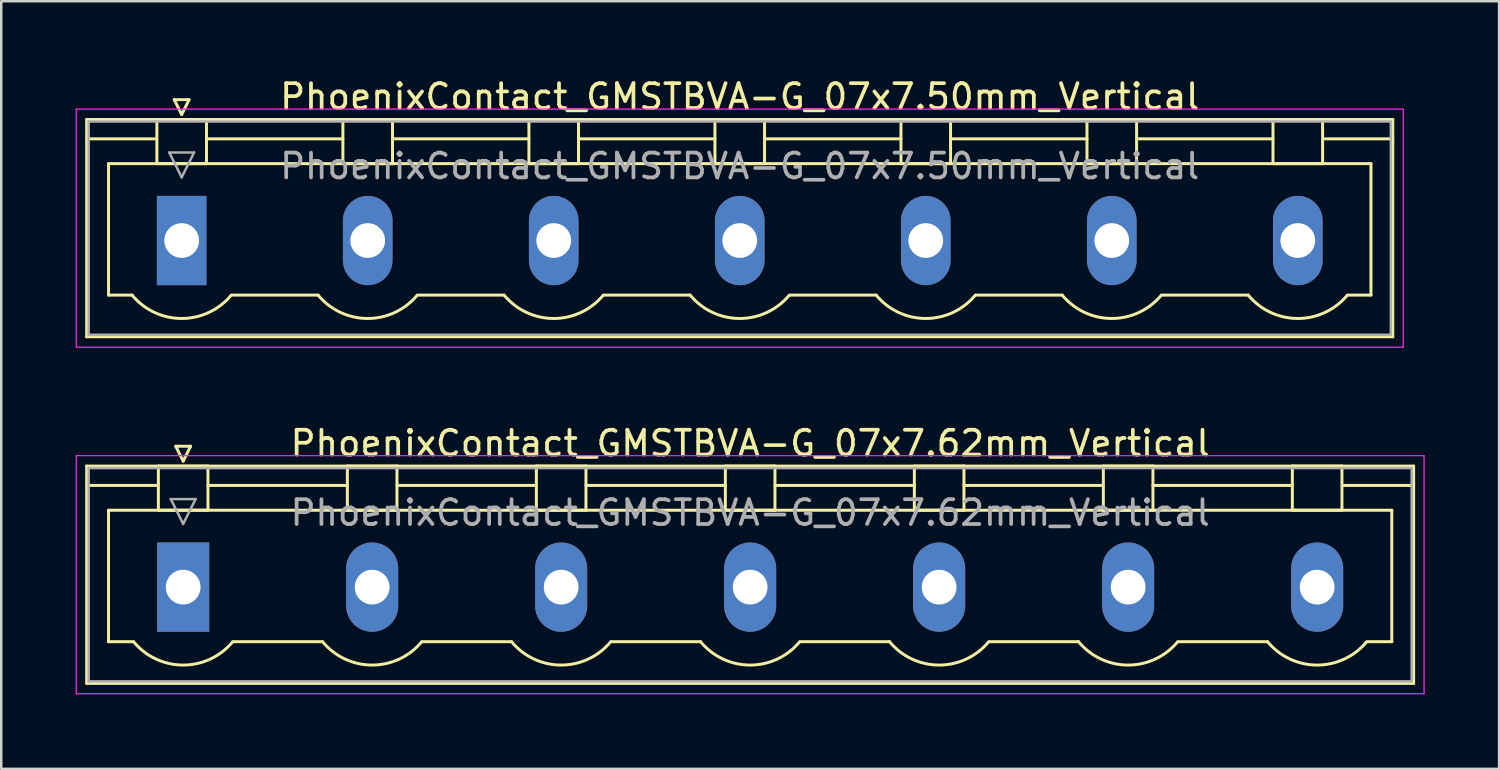
<source format=kicad_pcb>
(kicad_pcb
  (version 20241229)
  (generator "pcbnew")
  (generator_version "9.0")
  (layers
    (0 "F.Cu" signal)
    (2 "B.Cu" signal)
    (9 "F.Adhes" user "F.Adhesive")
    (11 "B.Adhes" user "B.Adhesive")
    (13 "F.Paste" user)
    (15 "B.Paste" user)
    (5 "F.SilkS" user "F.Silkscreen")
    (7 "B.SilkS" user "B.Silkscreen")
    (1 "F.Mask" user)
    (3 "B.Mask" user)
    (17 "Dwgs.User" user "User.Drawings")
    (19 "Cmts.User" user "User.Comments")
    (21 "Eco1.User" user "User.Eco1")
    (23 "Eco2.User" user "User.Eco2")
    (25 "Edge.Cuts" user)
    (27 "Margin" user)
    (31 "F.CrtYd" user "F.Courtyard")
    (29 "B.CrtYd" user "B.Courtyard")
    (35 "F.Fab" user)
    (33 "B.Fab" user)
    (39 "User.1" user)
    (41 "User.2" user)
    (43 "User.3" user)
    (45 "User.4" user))
  (footprint "PhoenixContact_GMSTBVA-G_07x7.50mm_Vertical"
    (layer "F.Cu")
    (at 4.275 6.648)
    (property "Reference" "PhoenixContact_GMSTBVA-G_07x7.50mm_Vertical" (at 22.5 -5.8 0) (layer "F.SilkS") (effects (font (size 1 1) (thickness 0.15))))
    (attr through_hole)
    (fp_line (start -3.83 -4.88) (end -3.83 3.88) (stroke (width 0.12) (type solid)) (layer "F.SilkS"))
    (fp_line (start -3.83 -4.1) (end -1.08 -4.1) (stroke (width 0.12) (type solid)) (layer "F.SilkS"))
    (fp_line (start -3.83 3.88) (end 48.83 3.88) (stroke (width 0.12) (type solid)) (layer "F.SilkS"))
    (fp_line (start -2.95 -3.1) (end 47.95 -3.1) (stroke (width 0.12) (type solid)) (layer "F.SilkS"))
    (fp_line (start -2.95 2.2) (end -2.95 -3.1) (stroke (width 0.12) (type solid)) (layer "F.SilkS"))
    (fp_line (start -2 2.2) (end -2.95 2.2) (stroke (width 0.12) (type solid)) (layer "F.SilkS"))
    (fp_line (start -1 -4.88) (end 1 -4.88) (stroke (width 0.12) (type solid)) (layer "F.SilkS"))
    (fp_line (start -1 -3.1) (end -1 -4.88) (stroke (width 0.12) (type solid)) (layer "F.SilkS"))
    (fp_line (start -0.3 -5.68) (end 0.3 -5.68) (stroke (width 0.12) (type solid)) (layer "F.SilkS"))
    (fp_line (start 0 -5.08) (end -0.3 -5.68) (stroke (width 0.12) (type solid)) (layer "F.SilkS"))
    (fp_line (start 0.3 -5.68) (end 0 -5.08) (stroke (width 0.12) (type solid)) (layer "F.SilkS"))
    (fp_line (start 1 -4.88) (end 1 -3.1) (stroke (width 0.12) (type solid)) (layer "F.SilkS"))
    (fp_line (start 1 -4.1) (end 6.5 -4.1) (stroke (width 0.12) (type solid)) (layer "F.SilkS"))
    (fp_line (start 1 -3.1) (end -1 -3.1) (stroke (width 0.12) (type solid)) (layer "F.SilkS"))
    (fp_line (start 2 2.2) (end 5.5 2.2) (stroke (width 0.12) (type solid)) (layer "F.SilkS"))
    (fp_line (start 6.5 -4.88) (end 8.5 -4.88) (stroke (width 0.12) (type solid)) (layer "F.SilkS"))
    (fp_line (start 6.5 -3.1) (end 6.5 -4.88) (stroke (width 0.12) (type solid)) (layer "F.SilkS"))
    (fp_line (start 8.5 -4.88) (end 8.5 -3.1) (stroke (width 0.12) (type solid)) (layer "F.SilkS"))
    (fp_line (start 8.5 -4.1) (end 14 -4.1) (stroke (width 0.12) (type solid)) (layer "F.SilkS"))
    (fp_line (start 8.5 -3.1) (end 6.5 -3.1) (stroke (width 0.12) (type solid)) (layer "F.SilkS"))
    (fp_line (start 9.5 2.2) (end 13 2.2) (stroke (width 0.12) (type solid)) (layer "F.SilkS"))
    (fp_line (start 14 -4.88) (end 16 -4.88) (stroke (width 0.12) (type solid)) (layer "F.SilkS"))
    (fp_line (start 14 -3.1) (end 14 -4.88) (stroke (width 0.12) (type solid)) (layer "F.SilkS"))
    (fp_line (start 16 -4.88) (end 16 -3.1) (stroke (width 0.12) (type solid)) (layer "F.SilkS"))
    (fp_line (start 16 -4.1) (end 21.5 -4.1) (stroke (width 0.12) (type solid)) (layer "F.SilkS"))
    (fp_line (start 16 -3.1) (end 14 -3.1) (stroke (width 0.12) (type solid)) (layer "F.SilkS"))
    (fp_line (start 17 2.2) (end 20.5 2.2) (stroke (width 0.12) (type solid)) (layer "F.SilkS"))
    (fp_line (start 21.5 -4.88) (end 23.5 -4.88) (stroke (width 0.12) (type solid)) (layer "F.SilkS"))
    (fp_line (start 21.5 -3.1) (end 21.5 -4.88) (stroke (width 0.12) (type solid)) (layer "F.SilkS"))
    (fp_line (start 23.5 -4.88) (end 23.5 -3.1) (stroke (width 0.12) (type solid)) (layer "F.SilkS"))
    (fp_line (start 23.5 -4.1) (end 29 -4.1) (stroke (width 0.12) (type solid)) (layer "F.SilkS"))
    (fp_line (start 23.5 -3.1) (end 21.5 -3.1) (stroke (width 0.12) (type solid)) (layer "F.SilkS"))
    (fp_line (start 24.5 2.2) (end 28 2.2) (stroke (width 0.12) (type solid)) (layer "F.SilkS"))
    (fp_line (start 29 -4.88) (end 31 -4.88) (stroke (width 0.12) (type solid)) (layer "F.SilkS"))
    (fp_line (start 29 -3.1) (end 29 -4.88) (stroke (width 0.12) (type solid)) (layer "F.SilkS"))
    (fp_line (start 31 -4.88) (end 31 -3.1) (stroke (width 0.12) (type solid)) (layer "F.SilkS"))
    (fp_line (start 31 -4.1) (end 36.5 -4.1) (stroke (width 0.12) (type solid)) (layer "F.SilkS"))
    (fp_line (start 31 -3.1) (end 29 -3.1) (stroke (width 0.12) (type solid)) (layer "F.SilkS"))
    (fp_line (start 32 2.2) (end 35.5 2.2) (stroke (width 0.12) (type solid)) (layer "F.SilkS"))
    (fp_line (start 36.5 -4.88) (end 38.5 -4.88) (stroke (width 0.12) (type solid)) (layer "F.SilkS"))
    (fp_line (start 36.5 -3.1) (end 36.5 -4.88) (stroke (width 0.12) (type solid)) (layer "F.SilkS"))
    (fp_line (start 38.5 -4.88) (end 38.5 -3.1) (stroke (width 0.12) (type solid)) (layer "F.SilkS"))
    (fp_line (start 38.5 -4.1) (end 44 -4.1) (stroke (width 0.12) (type solid)) (layer "F.SilkS"))
    (fp_line (start 38.5 -3.1) (end 36.5 -3.1) (stroke (width 0.12) (type solid)) (layer "F.SilkS"))
    (fp_line (start 39.5 2.2) (end 43 2.2) (stroke (width 0.12) (type solid)) (layer "F.SilkS"))
    (fp_line (start 44 -4.88) (end 46 -4.88) (stroke (width 0.12) (type solid)) (layer "F.SilkS"))
    (fp_line (start 44 -3.1) (end 44 -4.88) (stroke (width 0.12) (type solid)) (layer "F.SilkS"))
    (fp_line (start 46 -4.88) (end 46 -3.1) (stroke (width 0.12) (type solid)) (layer "F.SilkS"))
    (fp_line (start 46 -3.1) (end 44 -3.1) (stroke (width 0.12) (type solid)) (layer "F.SilkS"))
    (fp_line (start 47.95 -3.1) (end 47.95 2.2) (stroke (width 0.12) (type solid)) (layer "F.SilkS"))
    (fp_line (start 47.95 2.2) (end 47 2.2) (stroke (width 0.12) (type solid)) (layer "F.SilkS"))
    (fp_line (start 48.83 -4.88) (end -3.83 -4.88) (stroke (width 0.12) (type solid)) (layer "F.SilkS"))
    (fp_line (start 48.83 -4.1) (end 46.08 -4.1) (stroke (width 0.12) (type solid)) (layer "F.SilkS"))
    (fp_line (start 48.83 3.88) (end 48.83 -4.88) (stroke (width 0.12) (type solid)) (layer "F.SilkS"))
    (fp_arc (start 1.986842 2.215821) (mid -0.010289 3.142758) (end -2 2.2) (stroke (width 0.12) (type solid)) (layer "F.SilkS"))
    (fp_arc (start 9.486842 2.215821) (mid 7.489711 3.142758) (end 5.5 2.2) (stroke (width 0.12) (type solid)) (layer "F.SilkS"))
    (fp_arc (start 16.986842 2.215821) (mid 14.989711 3.142758) (end 13 2.2) (stroke (width 0.12) (type solid)) (layer "F.SilkS"))
    (fp_arc (start 24.486842 2.215821) (mid 22.489711 3.142758) (end 20.5 2.2) (stroke (width 0.12) (type solid)) (layer "F.SilkS"))
    (fp_arc (start 31.986842 2.215821) (mid 29.989711 3.142758) (end 28 2.2) (stroke (width 0.12) (type solid)) (layer "F.SilkS"))
    (fp_arc (start 39.486842 2.215821) (mid 37.489711 3.142758) (end 35.5 2.2) (stroke (width 0.12) (type solid)) (layer "F.SilkS"))
    (fp_arc (start 46.986842 2.215821) (mid 44.989711 3.142758) (end 43 2.2) (stroke (width 0.12) (type solid)) (layer "F.SilkS"))
    (fp_line (start -4.25 -5.3) (end -4.25 4.3) (stroke (width 0.05) (type solid)) (layer "F.CrtYd"))
    (fp_line (start -4.25 4.3) (end 49.25 4.3) (stroke (width 0.05) (type solid)) (layer "F.CrtYd"))
    (fp_line (start 49.25 -5.3) (end -4.25 -5.3) (stroke (width 0.05) (type solid)) (layer "F.CrtYd"))
    (fp_line (start 49.25 4.3) (end 49.25 -5.3) (stroke (width 0.05) (type solid)) (layer "F.CrtYd"))
    (fp_line (start -3.75 -4.8) (end -3.75 3.8) (stroke (width 0.1) (type solid)) (layer "F.Fab"))
    (fp_line (start -3.75 3.8) (end 48.75 3.8) (stroke (width 0.1) (type solid)) (layer "F.Fab"))
    (fp_line (start -0.5 -3.55) (end 0.5 -3.55) (stroke (width 0.1) (type solid)) (layer "F.Fab"))
    (fp_line (start 0 -2.55) (end -0.5 -3.55) (stroke (width 0.1) (type solid)) (layer "F.Fab"))
    (fp_line (start 0.5 -3.55) (end 0 -2.55) (stroke (width 0.1) (type solid)) (layer "F.Fab"))
    (fp_line (start 48.75 -4.8) (end -3.75 -4.8) (stroke (width 0.1) (type solid)) (layer "F.Fab"))
    (fp_line (start 48.75 3.8) (end 48.75 -4.8) (stroke (width 0.1) (type solid)) (layer "F.Fab"))
    (fp_text user "${REFERENCE}" (at 22.5 -3 0) (layer "F.Fab") (effects (font (size 1 1) (thickness 0.15))))
    (pad "1" thru_hole rect (at 0 0) (size 2 3.6) (drill 1.4) (layers "*.Cu" "*.Mask"))
    (pad "2" thru_hole oval (at 7.5 0) (size 2 3.6) (drill 1.4) (layers "*.Cu" "*.Mask"))
    (pad "3" thru_hole oval (at 15 0) (size 2 3.6) (drill 1.4) (layers "*.Cu" "*.Mask"))
    (pad "4" thru_hole oval (at 22.5 0) (size 2 3.6) (drill 1.4) (layers "*.Cu" "*.Mask"))
    (pad "5" thru_hole oval (at 30 0) (size 2 3.6) (drill 1.4) (layers "*.Cu" "*.Mask"))
    (pad "6" thru_hole oval (at 37.5 0) (size 2 3.6) (drill 1.4) (layers "*.Cu" "*.Mask"))
    (pad "7" thru_hole oval (at 45 0) (size 2 3.6) (drill 1.4) (layers "*.Cu" "*.Mask")))
  (footprint "PhoenixContact_GMSTBVA-G_07x7.62mm_Vertical"
    (layer "F.Cu")
    (at 4.335 20.622)
    (property "Reference" "PhoenixContact_GMSTBVA-G_07x7.62mm_Vertical" (at 22.86 -5.8 0) (layer "F.SilkS") (effects (font (size 1 1) (thickness 0.15))))
    (attr through_hole)
    (fp_line (start -3.89 -4.88) (end -3.89 3.88) (stroke (width 0.12) (type solid)) (layer "F.SilkS"))
    (fp_line (start -3.89 -4.1) (end -1.08 -4.1) (stroke (width 0.12) (type solid)) (layer "F.SilkS"))
    (fp_line (start -3.89 3.88) (end 49.61 3.88) (stroke (width 0.12) (type solid)) (layer "F.SilkS"))
    (fp_line (start -3.01 -3.1) (end 48.73 -3.1) (stroke (width 0.12) (type solid)) (layer "F.SilkS"))
    (fp_line (start -3.01 2.2) (end -3.01 -3.1) (stroke (width 0.12) (type solid)) (layer "F.SilkS"))
    (fp_line (start -2 2.2) (end -3.01 2.2) (stroke (width 0.12) (type solid)) (layer "F.SilkS"))
    (fp_line (start -1 -4.88) (end 1 -4.88) (stroke (width 0.12) (type solid)) (layer "F.SilkS"))
    (fp_line (start -1 -3.1) (end -1 -4.88) (stroke (width 0.12) (type solid)) (layer "F.SilkS"))
    (fp_line (start -0.3 -5.68) (end 0.3 -5.68) (stroke (width 0.12) (type solid)) (layer "F.SilkS"))
    (fp_line (start 0 -5.08) (end -0.3 -5.68) (stroke (width 0.12) (type solid)) (layer "F.SilkS"))
    (fp_line (start 0.3 -5.68) (end 0 -5.08) (stroke (width 0.12) (type solid)) (layer "F.SilkS"))
    (fp_line (start 1 -4.88) (end 1 -3.1) (stroke (width 0.12) (type solid)) (layer "F.SilkS"))
    (fp_line (start 1 -4.1) (end 6.62 -4.1) (stroke (width 0.12) (type solid)) (layer "F.SilkS"))
    (fp_line (start 1 -3.1) (end -1 -3.1) (stroke (width 0.12) (type solid)) (layer "F.SilkS"))
    (fp_line (start 2 2.2) (end 5.62 2.2) (stroke (width 0.12) (type solid)) (layer "F.SilkS"))
    (fp_line (start 6.62 -4.88) (end 8.62 -4.88) (stroke (width 0.12) (type solid)) (layer "F.SilkS"))
    (fp_line (start 6.62 -3.1) (end 6.62 -4.88) (stroke (width 0.12) (type solid)) (layer "F.SilkS"))
    (fp_line (start 8.62 -4.88) (end 8.62 -3.1) (stroke (width 0.12) (type solid)) (layer "F.SilkS"))
    (fp_line (start 8.62 -4.1) (end 14.24 -4.1) (stroke (width 0.12) (type solid)) (layer "F.SilkS"))
    (fp_line (start 8.62 -3.1) (end 6.62 -3.1) (stroke (width 0.12) (type solid)) (layer "F.SilkS"))
    (fp_line (start 9.62 2.2) (end 13.24 2.2) (stroke (width 0.12) (type solid)) (layer "F.SilkS"))
    (fp_line (start 14.24 -4.88) (end 16.24 -4.88) (stroke (width 0.12) (type solid)) (layer "F.SilkS"))
    (fp_line (start 14.24 -3.1) (end 14.24 -4.88) (stroke (width 0.12) (type solid)) (layer "F.SilkS"))
    (fp_line (start 16.24 -4.88) (end 16.24 -3.1) (stroke (width 0.12) (type solid)) (layer "F.SilkS"))
    (fp_line (start 16.24 -4.1) (end 21.86 -4.1) (stroke (width 0.12) (type solid)) (layer "F.SilkS"))
    (fp_line (start 16.24 -3.1) (end 14.24 -3.1) (stroke (width 0.12) (type solid)) (layer "F.SilkS"))
    (fp_line (start 17.24 2.2) (end 20.86 2.2) (stroke (width 0.12) (type solid)) (layer "F.SilkS"))
    (fp_line (start 21.86 -4.88) (end 23.86 -4.88) (stroke (width 0.12) (type solid)) (layer "F.SilkS"))
    (fp_line (start 21.86 -3.1) (end 21.86 -4.88) (stroke (width 0.12) (type solid)) (layer "F.SilkS"))
    (fp_line (start 23.86 -4.88) (end 23.86 -3.1) (stroke (width 0.12) (type solid)) (layer "F.SilkS"))
    (fp_line (start 23.86 -4.1) (end 29.48 -4.1) (stroke (width 0.12) (type solid)) (layer "F.SilkS"))
    (fp_line (start 23.86 -3.1) (end 21.86 -3.1) (stroke (width 0.12) (type solid)) (layer "F.SilkS"))
    (fp_line (start 24.86 2.2) (end 28.48 2.2) (stroke (width 0.12) (type solid)) (layer "F.SilkS"))
    (fp_line (start 29.48 -4.88) (end 31.48 -4.88) (stroke (width 0.12) (type solid)) (layer "F.SilkS"))
    (fp_line (start 29.48 -3.1) (end 29.48 -4.88) (stroke (width 0.12) (type solid)) (layer "F.SilkS"))
    (fp_line (start 31.48 -4.88) (end 31.48 -3.1) (stroke (width 0.12) (type solid)) (layer "F.SilkS"))
    (fp_line (start 31.48 -4.1) (end 37.1 -4.1) (stroke (width 0.12) (type solid)) (layer "F.SilkS"))
    (fp_line (start 31.48 -3.1) (end 29.48 -3.1) (stroke (width 0.12) (type solid)) (layer "F.SilkS"))
    (fp_line (start 32.48 2.2) (end 36.1 2.2) (stroke (width 0.12) (type solid)) (layer "F.SilkS"))
    (fp_line (start 37.1 -4.88) (end 39.1 -4.88) (stroke (width 0.12) (type solid)) (layer "F.SilkS"))
    (fp_line (start 37.1 -3.1) (end 37.1 -4.88) (stroke (width 0.12) (type solid)) (layer "F.SilkS"))
    (fp_line (start 39.1 -4.88) (end 39.1 -3.1) (stroke (width 0.12) (type solid)) (layer "F.SilkS"))
    (fp_line (start 39.1 -4.1) (end 44.72 -4.1) (stroke (width 0.12) (type solid)) (layer "F.SilkS"))
    (fp_line (start 39.1 -3.1) (end 37.1 -3.1) (stroke (width 0.12) (type solid)) (layer "F.SilkS"))
    (fp_line (start 40.1 2.2) (end 43.72 2.2) (stroke (width 0.12) (type solid)) (layer "F.SilkS"))
    (fp_line (start 44.72 -4.88) (end 46.72 -4.88) (stroke (width 0.12) (type solid)) (layer "F.SilkS"))
    (fp_line (start 44.72 -3.1) (end 44.72 -4.88) (stroke (width 0.12) (type solid)) (layer "F.SilkS"))
    (fp_line (start 46.72 -4.88) (end 46.72 -3.1) (stroke (width 0.12) (type solid)) (layer "F.SilkS"))
    (fp_line (start 46.72 -3.1) (end 44.72 -3.1) (stroke (width 0.12) (type solid)) (layer "F.SilkS"))
    (fp_line (start 48.73 -3.1) (end 48.73 2.2) (stroke (width 0.12) (type solid)) (layer "F.SilkS"))
    (fp_line (start 48.73 2.2) (end 47.72 2.2) (stroke (width 0.12) (type solid)) (layer "F.SilkS"))
    (fp_line (start 49.61 -4.88) (end -3.89 -4.88) (stroke (width 0.12) (type solid)) (layer "F.SilkS"))
    (fp_line (start 49.61 -4.1) (end 46.8 -4.1) (stroke (width 0.12) (type solid)) (layer "F.SilkS"))
    (fp_line (start 49.61 3.88) (end 49.61 -4.88) (stroke (width 0.12) (type solid)) (layer "F.SilkS"))
    (fp_arc (start 1.986842 2.215821) (mid -0.010289 3.142758) (end -2 2.2) (stroke (width 0.12) (type solid)) (layer "F.SilkS"))
    (fp_arc (start 9.606842 2.215821) (mid 7.609711 3.142758) (end 5.62 2.2) (stroke (width 0.12) (type solid)) (layer "F.SilkS"))
    (fp_arc (start 17.226842 2.215821) (mid 15.229711 3.142758) (end 13.24 2.2) (stroke (width 0.12) (type solid)) (layer "F.SilkS"))
    (fp_arc (start 24.846842 2.215821) (mid 22.849711 3.142758) (end 20.86 2.2) (stroke (width 0.12) (type solid)) (layer "F.SilkS"))
    (fp_arc (start 32.466842 2.215821) (mid 30.469711 3.142758) (end 28.48 2.2) (stroke (width 0.12) (type solid)) (layer "F.SilkS"))
    (fp_arc (start 40.086842 2.215821) (mid 38.089711 3.142758) (end 36.1 2.2) (stroke (width 0.12) (type solid)) (layer "F.SilkS"))
    (fp_arc (start 47.706842 2.215821) (mid 45.709711 3.142758) (end 43.72 2.2) (stroke (width 0.12) (type solid)) (layer "F.SilkS"))
    (fp_line (start -4.31 -5.3) (end -4.31 4.3) (stroke (width 0.05) (type solid)) (layer "F.CrtYd"))
    (fp_line (start -4.31 4.3) (end 50.03 4.3) (stroke (width 0.05) (type solid)) (layer "F.CrtYd"))
    (fp_line (start 50.03 -5.3) (end -4.31 -5.3) (stroke (width 0.05) (type solid)) (layer "F.CrtYd"))
    (fp_line (start 50.03 4.3) (end 50.03 -5.3) (stroke (width 0.05) (type solid)) (layer "F.CrtYd"))
    (fp_line (start -3.81 -4.8) (end -3.81 3.8) (stroke (width 0.1) (type solid)) (layer "F.Fab"))
    (fp_line (start -3.81 3.8) (end 49.53 3.8) (stroke (width 0.1) (type solid)) (layer "F.Fab"))
    (fp_line (start -0.5 -3.55) (end 0.5 -3.55) (stroke (width 0.1) (type solid)) (layer "F.Fab"))
    (fp_line (start 0 -2.55) (end -0.5 -3.55) (stroke (width 0.1) (type solid)) (layer "F.Fab"))
    (fp_line (start 0.5 -3.55) (end 0 -2.55) (stroke (width 0.1) (type solid)) (layer "F.Fab"))
    (fp_line (start 49.53 -4.8) (end -3.81 -4.8) (stroke (width 0.1) (type solid)) (layer "F.Fab"))
    (fp_line (start 49.53 3.8) (end 49.53 -4.8) (stroke (width 0.1) (type solid)) (layer "F.Fab"))
    (fp_text user "${REFERENCE}" (at 22.86 -3 0) (layer "F.Fab") (effects (font (size 1 1) (thickness 0.15))))
    (pad "1" thru_hole rect (at 0 0) (size 2.1 3.6) (drill 1.4) (layers "*.Cu" "*.Mask"))
    (pad "2" thru_hole oval (at 7.62 0) (size 2.1 3.6) (drill 1.4) (layers "*.Cu" "*.Mask"))
    (pad "3" thru_hole oval (at 15.24 0) (size 2.1 3.6) (drill 1.4) (layers "*.Cu" "*.Mask"))
    (pad "4" thru_hole oval (at 22.86 0) (size 2.1 3.6) (drill 1.4) (layers "*.Cu" "*.Mask"))
    (pad "5" thru_hole oval (at 30.48 0) (size 2.1 3.6) (drill 1.4) (layers "*.Cu" "*.Mask"))
    (pad "6" thru_hole oval (at 38.1 0) (size 2.1 3.6) (drill 1.4) (layers "*.Cu" "*.Mask"))
    (pad "7" thru_hole oval (at 45.72 0) (size 2.1 3.6) (drill 1.4) (layers "*.Cu" "*.Mask")))
  (gr_rect
    (start -3 -3)
    (end 57.39 27.947)
    (stroke (width 0.1) (type default))
    (fill no)
    (layer "Edge.Cuts")))
</source>
